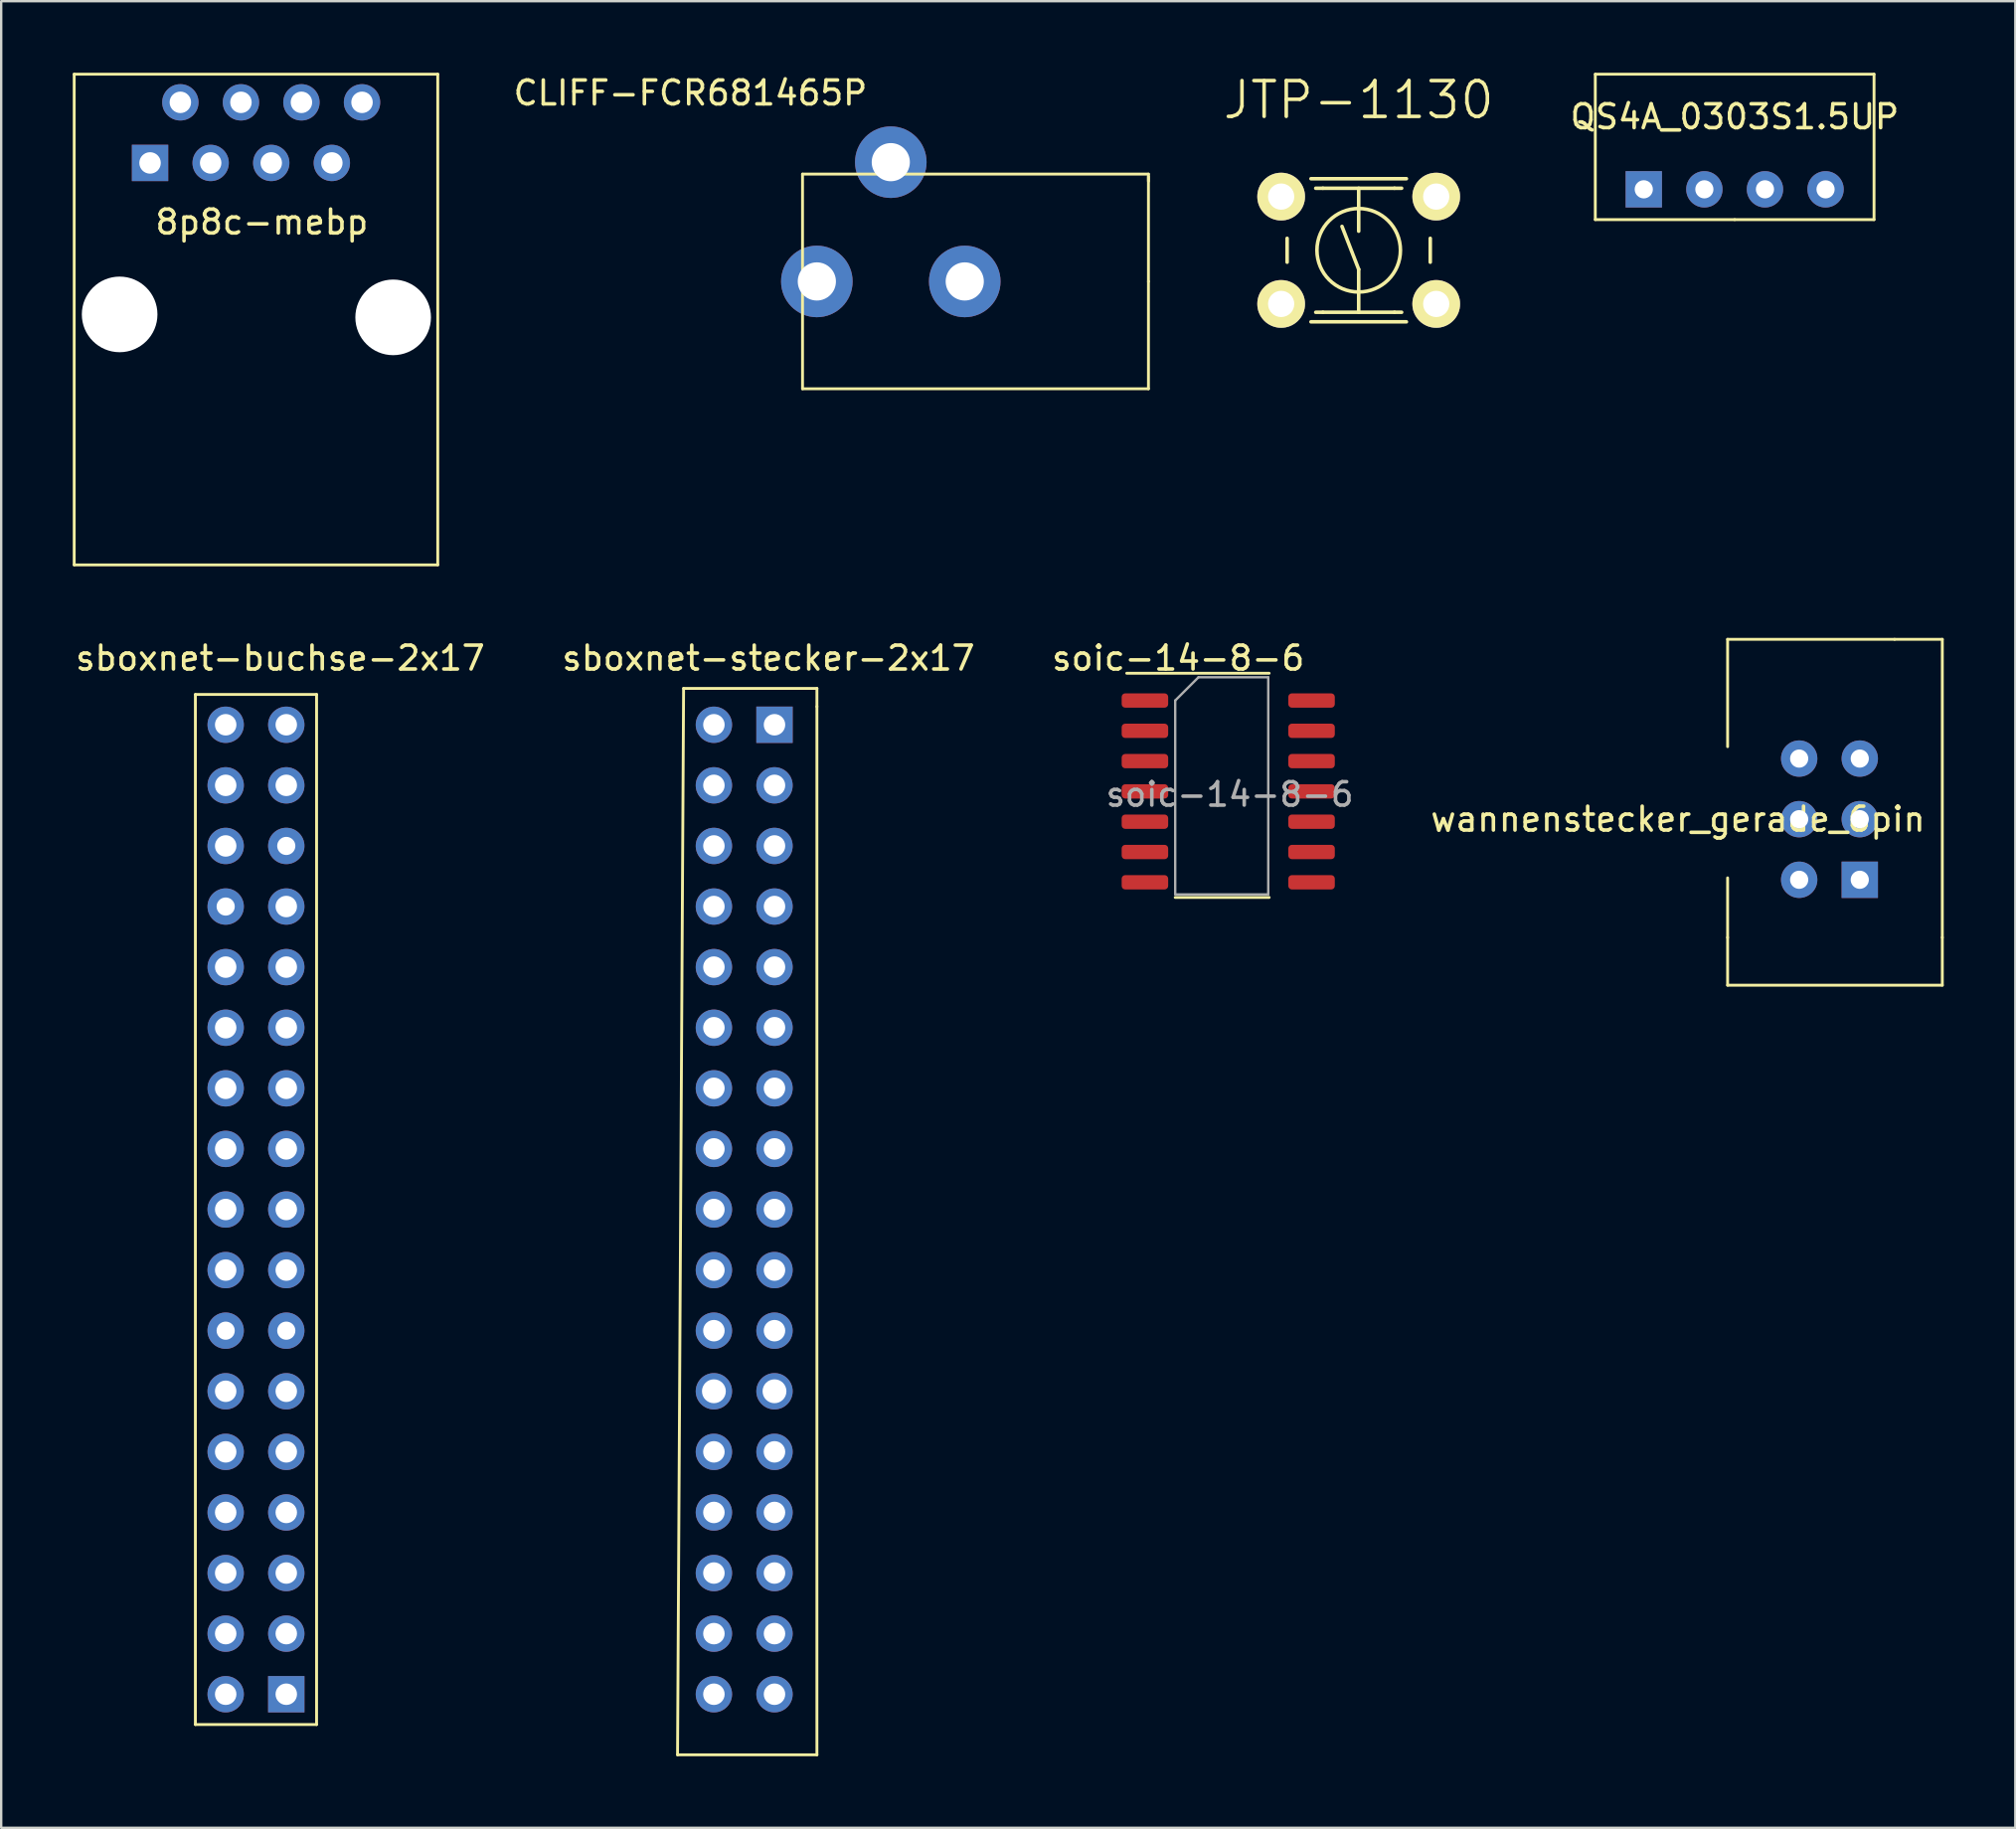
<source format=kicad_pcb>
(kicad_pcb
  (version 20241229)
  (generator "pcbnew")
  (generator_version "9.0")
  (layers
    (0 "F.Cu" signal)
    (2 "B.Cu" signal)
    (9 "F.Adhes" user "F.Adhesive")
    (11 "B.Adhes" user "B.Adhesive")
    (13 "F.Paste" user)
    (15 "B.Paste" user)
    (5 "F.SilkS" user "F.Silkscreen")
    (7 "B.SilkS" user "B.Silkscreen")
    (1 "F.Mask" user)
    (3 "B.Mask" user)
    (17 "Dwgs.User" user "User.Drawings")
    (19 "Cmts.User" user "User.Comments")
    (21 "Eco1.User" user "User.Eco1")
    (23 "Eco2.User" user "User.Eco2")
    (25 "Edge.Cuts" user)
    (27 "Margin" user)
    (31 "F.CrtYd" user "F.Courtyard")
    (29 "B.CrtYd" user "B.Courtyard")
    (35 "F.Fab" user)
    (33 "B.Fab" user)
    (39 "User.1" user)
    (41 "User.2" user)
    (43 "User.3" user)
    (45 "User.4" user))
  (footprint "8p8c-mebp"
    (layer "F.Cu")
    (at 7.68 10.13)
    (property "Reference" "8p8c-mebp" (at 0.246 -3.871 0) (layer "F.SilkS") (effects (font (size 1 1) (thickness 0.15))))
    (attr through_hole)
    (fp_line (start -7.62 -10.07) (end 7.62 -10.07) (stroke (width 0.12) (type solid)) (layer "F.SilkS"))
    (fp_line (start -7.62 10.5) (end -7.62 -10.07) (stroke (width 0.12) (type solid)) (layer "F.SilkS"))
    (fp_line (start -7.62 10.5) (end 7.62 10.5) (stroke (width 0.12) (type solid)) (layer "F.SilkS"))
    (fp_line (start 7.62 -10.07) (end 7.62 10.5) (stroke (width 0.12) (type solid)) (layer "F.SilkS"))
    (pad "" np_thru_hole circle (at -5.715 0) (size 3.17 3.17) (drill 3.17) (layers "*.Cu" "*.Mask"))
    (pad "" np_thru_hole circle (at 5.75 0.124) (size 3.17 3.17) (drill 3.17) (layers "*.Cu" "*.Mask"))
    (pad "1" thru_hole rect (at -4.44 -6.35) (size 1.524 1.524) (drill oval 0.9) (layers "*.Cu" "*.Mask"))
    (pad "2" thru_hole circle (at -3.17 -8.89) (size 1.524 1.524) (drill 0.9) (layers "*.Cu" "*.Mask"))
    (pad "3" thru_hole circle (at -1.9 -6.35) (size 1.524 1.524) (drill 0.9) (layers "*.Cu" "*.Mask"))
    (pad "4" thru_hole circle (at -0.63 -8.89) (size 1.524 1.524) (drill 0.9) (layers "*.Cu" "*.Mask"))
    (pad "5" thru_hole circle (at 0.64 -6.35) (size 1.524 1.524) (drill 0.9) (layers "*.Cu" "*.Mask"))
    (pad "6" thru_hole circle (at 1.905 -8.89) (size 1.524 1.524) (drill 0.9) (layers "*.Cu" "*.Mask"))
    (pad "7" thru_hole circle (at 3.18 -6.35) (size 1.524 1.524) (drill 0.9) (layers "*.Cu" "*.Mask"))
    (pad "8" thru_hole circle (at 4.445 -8.89) (size 1.524 1.524) (drill 0.9) (layers "*.Cu" "*.Mask")))
  (footprint "QS4A_0303S1.5UP"
    (layer "F.Cu")
    (at 69.663 2.346)
    (property "Reference" "QS4A_0303S1.5UP" (at 0 -0.5 0) (unlocked yes) (layer "F.SilkS") (effects (font (size 1 1) (thickness 0.15))))
    (attr through_hole)
    (fp_line (start -5.842 -2.286) (end 5.842 -2.286) (stroke (width 0.12) (type solid)) (layer "F.SilkS"))
    (fp_line (start -5.842 3.81) (end -5.842 -2.286) (stroke (width 0.12) (type solid)) (layer "F.SilkS"))
    (fp_line (start 0 3.81) (end -5.842 3.81) (stroke (width 0.12) (type solid)) (layer "F.SilkS"))
    (fp_line (start 0 3.81) (end 5.842 3.81) (stroke (width 0.12) (type solid)) (layer "F.SilkS"))
    (fp_line (start 5.842 -2.286) (end 5.842 3.81) (stroke (width 0.12) (type solid)) (layer "F.SilkS"))
    (pad "1" thru_hole rect (at -3.81 2.54) (size 1.524 1.524) (drill 0.762) (layers "*.Cu" "*.Mask"))
    (pad "2" thru_hole circle (at -1.27 2.54) (size 1.524 1.524) (drill 0.762) (layers "*.Cu" "*.Mask"))
    (pad "3" thru_hole circle (at 1.27 2.54) (size 1.524 1.524) (drill 0.762) (layers "*.Cu" "*.Mask"))
    (pad "4" thru_hole circle (at 3.81 2.54) (size 1.524 1.524) (drill 0.762) (layers "*.Cu" "*.Mask")))
  (footprint "CLIFF-FCR681465P"
    (layer "F.Cu")
    (at 31.19 8.748)
    (property "Reference" "CLIFF-FCR681465P" (at -5.3 -7.9 0) (layer "F.SilkS") (effects (font (size 1 1) (thickness 0.15))))
    (attr through_hole)
    (fp_line (start -0.6 0) (end -0.6 -4.5) (stroke (width 0.12) (type solid)) (layer "F.SilkS"))
    (fp_line (start -0.6 0) (end -0.6 4.5) (stroke (width 0.12) (type solid)) (layer "F.SilkS"))
    (fp_line (start 13.9 -4.5) (end -0.6 -4.5) (stroke (width 0.12) (type solid)) (layer "F.SilkS"))
    (fp_line (start 13.9 -4.2) (end 13.9 -4.5) (stroke (width 0.12) (type solid)) (layer "F.SilkS"))
    (fp_line (start 13.9 0) (end 13.9 -4.4) (stroke (width 0.12) (type solid)) (layer "F.SilkS"))
    (fp_line (start 13.9 0) (end 13.9 4.5) (stroke (width 0.12) (type solid)) (layer "F.SilkS"))
    (fp_line (start 13.9 4.5) (end -0.6 4.5) (stroke (width 0.12) (type solid)) (layer "F.SilkS"))
    (pad "1" thru_hole circle (at 0 0) (size 3 3) (drill 1.6) (layers "*.Cu" "*.Mask"))
    (pad "2" thru_hole circle (at 3.1 -5) (size 3 3) (drill 1.6) (layers "*.Cu" "*.Mask"))
    (pad "3" thru_hole circle (at 6.2 0) (size 3 3) (drill 1.6) (layers "*.Cu" "*.Mask")))
  (footprint "sboxnet-buchse-2x17"
    (layer "F.Cu")
    (at 6.41 24.792)
    (property "Reference" "sboxnet-buchse-2x17" (at 2.286 -0.254 0) (layer "F.SilkS") (effects (font (size 1 1) (thickness 0.15))))
    (attr through_hole)
    (fp_line (start -1.27 1.27) (end 3.81 1.27) (stroke (width 0.12) (type solid)) (layer "F.SilkS"))
    (fp_line (start -1.27 44.45) (end -1.27 1.27) (stroke (width 0.12) (type solid)) (layer "F.SilkS"))
    (fp_line (start 3.81 1.27) (end 3.81 44.45) (stroke (width 0.12) (type solid)) (layer "F.SilkS"))
    (fp_line (start 3.81 44.45) (end -1.27 44.45) (stroke (width 0.12) (type solid)) (layer "F.SilkS"))
    (pad "1" thru_hole circle (at 0 43.18 180) (size 1.524 1.524) (drill 0.9) (layers "*.Cu" "*.Mask"))
    (pad "2" thru_hole rect (at 2.54 43.18 180) (size 1.524 1.524) (drill 0.9) (layers "*.Cu" "*.Mask"))
    (pad "3" thru_hole circle (at 0 40.64 180) (size 1.524 1.524) (drill 0.9) (layers "*.Cu" "*.Mask"))
    (pad "4" thru_hole circle (at 2.54 40.64 180) (size 1.524 1.524) (drill 0.9) (layers "*.Cu" "*.Mask"))
    (pad "5" thru_hole circle (at 0 38.1 180) (size 1.524 1.524) (drill 0.9) (layers "*.Cu" "*.Mask"))
    (pad "6" thru_hole circle (at 2.54 38.1 180) (size 1.524 1.524) (drill 0.9) (layers "*.Cu" "*.Mask"))
    (pad "7" thru_hole circle (at 0 35.56 180) (size 1.524 1.524) (drill 0.9) (layers "*.Cu" "*.Mask"))
    (pad "8" thru_hole circle (at 2.54 35.56 180) (size 1.524 1.524) (drill 0.9) (layers "*.Cu" "*.Mask"))
    (pad "9" thru_hole circle (at 0 33.02 180) (size 1.524 1.524) (drill 0.9) (layers "*.Cu" "*.Mask"))
    (pad "10" thru_hole circle (at 2.54 33.02 180) (size 1.524 1.524) (drill 0.9) (layers "*.Cu" "*.Mask"))
    (pad "11" thru_hole circle (at 0 30.48 180) (size 1.524 1.524) (drill 0.9) (layers "*.Cu" "*.Mask"))
    (pad "12" thru_hole circle (at 2.54 30.48 180) (size 1.524 1.524) (drill 0.9) (layers "*.Cu" "*.Mask"))
    (pad "13" thru_hole circle (at 0 27.94 180) (size 1.524 1.524) (drill 0.762) (layers "*.Cu" "*.Mask"))
    (pad "14" thru_hole circle (at 2.54 27.94 180) (size 1.524 1.524) (drill 0.762) (layers "*.Cu" "*.Mask"))
    (pad "15" thru_hole circle (at 0 25.4 180) (size 1.524 1.524) (drill 0.9) (layers "*.Cu" "*.Mask"))
    (pad "16" thru_hole circle (at 2.54 25.4 180) (size 1.524 1.524) (drill 0.9) (layers "*.Cu" "*.Mask"))
    (pad "17" thru_hole circle (at 0 22.86 180) (size 1.524 1.524) (drill 0.9) (layers "*.Cu" "*.Mask"))
    (pad "18" thru_hole circle (at 2.54 22.86 180) (size 1.524 1.524) (drill 0.9) (layers "*.Cu" "*.Mask"))
    (pad "19" thru_hole circle (at 0 20.32 180) (size 1.524 1.524) (drill 0.9) (layers "*.Cu" "*.Mask"))
    (pad "20" thru_hole circle (at 2.54 20.32 180) (size 1.524 1.524) (drill 0.9) (layers "*.Cu" "*.Mask"))
    (pad "21" thru_hole circle (at 0 17.78 180) (size 1.524 1.524) (drill 0.9) (layers "*.Cu" "*.Mask"))
    (pad "22" thru_hole circle (at 2.54 17.78 180) (size 1.524 1.524) (drill 0.9) (layers "*.Cu" "*.Mask"))
    (pad "23" thru_hole circle (at 0 15.24 180) (size 1.524 1.524) (drill 0.9) (layers "*.Cu" "*.Mask"))
    (pad "24" thru_hole circle (at 2.54 15.24 180) (size 1.524 1.524) (drill 0.9) (layers "*.Cu" "*.Mask"))
    (pad "25" thru_hole circle (at 0 12.7 180) (size 1.524 1.524) (drill 0.9) (layers "*.Cu" "*.Mask"))
    (pad "26" thru_hole circle (at 2.54 12.7 180) (size 1.524 1.524) (drill 0.9) (layers "*.Cu" "*.Mask"))
    (pad "27" thru_hole circle (at 0 10.16 180) (size 1.524 1.524) (drill 0.762) (layers "*.Cu" "*.Mask"))
    (pad "28" thru_hole circle (at 2.54 10.16 180) (size 1.524 1.524) (drill 0.9) (layers "*.Cu" "*.Mask"))
    (pad "29" thru_hole circle (at 0 7.62 180) (size 1.524 1.524) (drill 0.9) (layers "*.Cu" "*.Mask"))
    (pad "30" thru_hole circle (at 2.54 7.62 180) (size 1.524 1.524) (drill 0.762) (layers "*.Cu" "*.Mask"))
    (pad "31" thru_hole circle (at 0 5.08 180) (size 1.524 1.524) (drill 0.9) (layers "*.Cu" "*.Mask"))
    (pad "32" thru_hole circle (at 2.54 5.08 180) (size 1.524 1.524) (drill 0.9) (layers "*.Cu" "*.Mask"))
    (pad "33" thru_hole circle (at 0 2.54 180) (size 1.524 1.524) (drill 0.9) (layers "*.Cu" "*.Mask"))
    (pad "34" thru_hole circle (at 2.54 2.54 180) (size 1.524 1.524) (drill 0.9) (layers "*.Cu" "*.Mask")))
  (footprint "JTP-1130"
    (layer "F.Cu")
    (at 53.903 7.441)
    (property "Reference" "JTP-1130" (at 0 -6.3 0) (layer "F.SilkS") (effects (font (size 1.5 1.5) (thickness 0.15))))
    (attr through_hole)
    (fp_line (start -3 -0.5) (end -3 0.5) (stroke (width 0.15) (type solid)) (layer "F.SilkS"))
    (fp_line (start -2 -3) (end 2 -3) (stroke (width 0.15) (type solid)) (layer "F.SilkS"))
    (fp_line (start -2 3) (end 2 3) (stroke (width 0.15) (type solid)) (layer "F.SilkS"))
    (fp_line (start -1.5 -2.6) (end -1.8 -2.6) (stroke (width 0.15) (type solid)) (layer "F.SilkS"))
    (fp_line (start -1.5 -2.6) (end 1.5 -2.6) (stroke (width 0.15) (type solid)) (layer "F.SilkS"))
    (fp_line (start -1.5 2.6) (end -1.8 2.6) (stroke (width 0.15) (type solid)) (layer "F.SilkS"))
    (fp_line (start 0 -2.6) (end 0 -0.8) (stroke (width 0.15) (type solid)) (layer "F.SilkS"))
    (fp_line (start 0 0.8) (end -0.7 -1) (stroke (width 0.15) (type solid)) (layer "F.SilkS"))
    (fp_line (start 0 2.6) (end 0 0.8) (stroke (width 0.15) (type solid)) (layer "F.SilkS"))
    (fp_line (start 1.5 -2.6) (end 1.8 -2.6) (stroke (width 0.15) (type solid)) (layer "F.SilkS"))
    (fp_line (start 1.5 2.6) (end -1.5 2.6) (stroke (width 0.15) (type solid)) (layer "F.SilkS"))
    (fp_line (start 1.5 2.6) (end 1.8 2.6) (stroke (width 0.15) (type solid)) (layer "F.SilkS"))
    (fp_line (start 3 -0.5) (end 3 0.5) (stroke (width 0.15) (type solid)) (layer "F.SilkS"))
    (fp_circle (center 0 0) (end 1.75 0) (stroke (width 0.15) (type solid)) (fill no) (layer "F.SilkS"))
    (pad "1" thru_hole circle (at -3.25 2.25) (size 2 2) (drill 1.1) (layers "*.Cu" "*.Mask" "F.SilkS"))
    (pad "1" thru_hole circle (at 3.25 2.25) (size 2 2) (drill 1.1) (layers "*.Cu" "*.Mask" "F.SilkS"))
    (pad "2" thru_hole circle (at -3.25 -2.25) (size 2 2) (drill 1.1) (layers "*.Cu" "*.Mask" "F.SilkS"))
    (pad "2" thru_hole circle (at 3.25 -2.25) (size 2 2) (drill 1.1) (layers "*.Cu" "*.Mask" "F.SilkS")))
  (footprint "wannenstecker_gerade_6pin"
    (layer "F.Cu")
    (at 72.367 28.75)
    (property "Reference" "wannenstecker_gerade_6pin" (at -5.08 2.54 0) (layer "F.SilkS") (effects (font (size 1 1) (thickness 0.15))))
    (attr through_hole)
    (fp_line (start -3 -5) (end 4 -5) (stroke (width 0.12) (type solid)) (layer "F.SilkS"))
    (fp_line (start -3 -0.5) (end -3 -5) (stroke (width 0.12) (type solid)) (layer "F.SilkS"))
    (fp_line (start -3 7.5) (end -3 5) (stroke (width 0.12) (type solid)) (layer "F.SilkS"))
    (fp_line (start -3 7.5) (end -3 9.5) (stroke (width 0.12) (type solid)) (layer "F.SilkS"))
    (fp_line (start -3 9.5) (end 6 9.5) (stroke (width 0.12) (type solid)) (layer "F.SilkS"))
    (fp_line (start 4 -5) (end 6 -5) (stroke (width 0.12) (type solid)) (layer "F.SilkS"))
    (fp_line (start 6 -5) (end 6 7.5) (stroke (width 0.12) (type solid)) (layer "F.SilkS"))
    (fp_line (start 6 9.5) (end 6 7.5) (stroke (width 0.12) (type solid)) (layer "F.SilkS"))
    (pad "1" thru_hole circle (at 0 0) (size 1.524 1.524) (drill 0.762) (layers "*.Cu" "*.Mask"))
    (pad "2" thru_hole circle (at 2.54 0) (size 1.524 1.524) (drill 0.762) (layers "*.Cu" "*.Mask"))
    (pad "3" thru_hole circle (at 0 2.54) (size 1.524 1.524) (drill 0.762) (layers "*.Cu" "*.Mask"))
    (pad "4" thru_hole circle (at 2.54 2.54) (size 1.524 1.524) (drill 0.762) (layers "*.Cu" "*.Mask"))
    (pad "5" thru_hole circle (at 0 5.08) (size 1.524 1.524) (drill 0.762) (layers "*.Cu" "*.Mask"))
    (pad "6" thru_hole rect (at 2.54 5.08) (size 1.524 1.524) (drill 0.762) (layers "*.Cu" "*.Mask")))
  (footprint "sboxnet-stecker-2x17"
    (layer "F.Cu")
    (at 26.875 24.792)
    (property "Reference" "sboxnet-stecker-2x17" (at 2.286 -0.254 0) (layer "F.SilkS") (effects (font (size 1 1) (thickness 0.15))))
    (attr through_hole)
    (fp_line (start -1.524 45.72) (end 4.318 45.72) (stroke (width 0.12) (type solid)) (layer "F.SilkS"))
    (fp_line (start -1.27 1.016) (end -1.524 45.72) (stroke (width 0.12) (type solid)) (layer "F.SilkS"))
    (fp_line (start 4.318 1.016) (end -1.27 1.016) (stroke (width 0.12) (type solid)) (layer "F.SilkS"))
    (fp_line (start 4.318 1.778) (end 4.318 1.016) (stroke (width 0.12) (type solid)) (layer "F.SilkS"))
    (fp_line (start 4.318 45.72) (end 4.318 1.778) (stroke (width 0.12) (type solid)) (layer "F.SilkS"))
    (pad "1" thru_hole circle (at 0 2.54) (size 1.524 1.524) (drill 0.9) (layers "*.Cu" "*.Mask"))
    (pad "2" thru_hole rect (at 2.54 2.54) (size 1.524 1.524) (drill 0.9) (layers "*.Cu" "*.Mask"))
    (pad "3" thru_hole circle (at 0 5.08) (size 1.524 1.524) (drill 0.9) (layers "*.Cu" "*.Mask"))
    (pad "4" thru_hole circle (at 2.54 5.08) (size 1.524 1.524) (drill 0.9) (layers "*.Cu" "*.Mask"))
    (pad "5" thru_hole circle (at 0 7.62) (size 1.524 1.524) (drill 0.9) (layers "*.Cu" "*.Mask"))
    (pad "6" thru_hole circle (at 2.54 7.62) (size 1.524 1.524) (drill 0.9) (layers "*.Cu" "*.Mask"))
    (pad "7" thru_hole circle (at 0 10.16) (size 1.524 1.524) (drill 0.9) (layers "*.Cu" "*.Mask"))
    (pad "8" thru_hole circle (at 2.54 10.16) (size 1.524 1.524) (drill 0.9) (layers "*.Cu" "*.Mask"))
    (pad "9" thru_hole circle (at 0 12.7) (size 1.524 1.524) (drill 0.9) (layers "*.Cu" "*.Mask"))
    (pad "10" thru_hole circle (at 2.54 12.7) (size 1.524 1.524) (drill 0.9) (layers "*.Cu" "*.Mask"))
    (pad "11" thru_hole circle (at 0 15.24) (size 1.524 1.524) (drill 0.9) (layers "*.Cu" "*.Mask"))
    (pad "12" thru_hole circle (at 2.54 15.24) (size 1.524 1.524) (drill 0.9) (layers "*.Cu" "*.Mask"))
    (pad "13" thru_hole circle (at 0 17.78) (size 1.524 1.524) (drill 0.9) (layers "*.Cu" "*.Mask"))
    (pad "14" thru_hole circle (at 2.54 17.78) (size 1.524 1.524) (drill 0.9) (layers "*.Cu" "*.Mask"))
    (pad "15" thru_hole circle (at 0 20.32) (size 1.524 1.524) (drill 0.9) (layers "*.Cu" "*.Mask"))
    (pad "16" thru_hole circle (at 2.54 20.32) (size 1.524 1.524) (drill 0.9) (layers "*.Cu" "*.Mask"))
    (pad "17" thru_hole circle (at 0 22.86) (size 1.524 1.524) (drill 0.9) (layers "*.Cu" "*.Mask"))
    (pad "18" thru_hole circle (at 2.54 22.86) (size 1.524 1.524) (drill 0.9) (layers "*.Cu" "*.Mask"))
    (pad "19" thru_hole circle (at 0 25.4) (size 1.524 1.524) (drill 0.9) (layers "*.Cu" "*.Mask"))
    (pad "20" thru_hole circle (at 2.54 25.4) (size 1.524 1.524) (drill 0.9) (layers "*.Cu" "*.Mask"))
    (pad "21" thru_hole circle (at 0 27.94) (size 1.524 1.524) (drill 0.9) (layers "*.Cu" "*.Mask"))
    (pad "22" thru_hole circle (at 2.54 27.94) (size 1.524 1.524) (drill 0.9) (layers "*.Cu" "*.Mask"))
    (pad "23" thru_hole circle (at 0 30.48) (size 1.524 1.524) (drill 1) (layers "*.Cu" "*.Mask"))
    (pad "24" thru_hole circle (at 2.54 30.48) (size 1.524 1.524) (drill 1) (layers "*.Cu" "*.Mask"))
    (pad "25" thru_hole circle (at 0 33.02) (size 1.524 1.524) (drill 0.9) (layers "*.Cu" "*.Mask"))
    (pad "26" thru_hole circle (at 2.54 33.02) (size 1.524 1.524) (drill 0.9) (layers "*.Cu" "*.Mask"))
    (pad "27" thru_hole circle (at 0 35.56) (size 1.524 1.524) (drill 0.9) (layers "*.Cu" "*.Mask"))
    (pad "28" thru_hole circle (at 2.54 35.56) (size 1.524 1.524) (drill 0.9) (layers "*.Cu" "*.Mask"))
    (pad "29" thru_hole circle (at 0 38.1) (size 1.524 1.524) (drill 0.9) (layers "*.Cu" "*.Mask"))
    (pad "30" thru_hole circle (at 2.54 38.1) (size 1.524 1.524) (drill 0.9) (layers "*.Cu" "*.Mask"))
    (pad "31" thru_hole circle (at 0 40.64) (size 1.524 1.524) (drill 0.9) (layers "*.Cu" "*.Mask"))
    (pad "32" thru_hole circle (at 2.54 40.64) (size 1.524 1.524) (drill 0.9) (layers "*.Cu" "*.Mask"))
    (pad "33" thru_hole circle (at 0 43.18) (size 1.524 1.524) (drill 0.9) (layers "*.Cu" "*.Mask"))
    (pad "34" thru_hole circle (at 2.54 43.18) (size 1.524 1.524) (drill 0.9) (layers "*.Cu" "*.Mask")))
  (footprint "soic-14-8-6"
    (layer "F.Cu")
    (at 44.942 25.046)
    (property "Reference" "soic-14-8-6" (at 1.397 -0.508 0) (layer "F.SilkS") (effects (font (size 1 1) (thickness 0.15))))
    (attr through_hole)
    (fp_line (start 5.207 0.127) (end -0.762 0.127) (stroke (width 0.12) (type solid)) (layer "F.SilkS"))
    (fp_line (start 5.207 9.525) (end 1.27 9.525) (stroke (width 0.12) (type solid)) (layer "F.SilkS"))
    (fp_line (start 1.27 1.27) (end 2.245 0.295) (stroke (width 0.1) (type solid)) (layer "F.Fab"))
    (fp_line (start 1.27 9.398) (end 1.27 1.27) (stroke (width 0.1) (type solid)) (layer "F.Fab"))
    (fp_line (start 2.245 0.295) (end 5.17 0.295) (stroke (width 0.1) (type solid)) (layer "F.Fab"))
    (fp_line (start 5.17 0.295) (end 5.17 9.398) (stroke (width 0.1) (type solid)) (layer "F.Fab"))
    (fp_line (start 5.17 9.398) (end 1.27 9.398) (stroke (width 0.1) (type solid)) (layer "F.Fab"))
    (fp_text user "${REFERENCE}" (at 3.556 5.207 0) (layer "F.Fab") (effects (font (size 0.98 0.98) (thickness 0.15))))
    (pad "1" smd roundrect (at 0 1.27) (size 1.95 0.6) (layers "F.Cu" "F.Mask" "F.Paste") (roundrect_rratio 0.25))
    (pad "2" smd roundrect (at 0 2.54) (size 1.95 0.6) (layers "F.Cu" "F.Mask" "F.Paste") (roundrect_rratio 0.25))
    (pad "3" smd roundrect (at 0 3.81) (size 1.95 0.6) (layers "F.Cu" "F.Mask" "F.Paste") (roundrect_rratio 0.25))
    (pad "4" smd roundrect (at 0 5.08) (size 1.95 0.6) (layers "F.Cu" "F.Mask" "F.Paste") (roundrect_rratio 0.25))
    (pad "5" smd roundrect (at 0 6.35) (size 1.95 0.6) (layers "F.Cu" "F.Mask" "F.Paste") (roundrect_rratio 0.25))
    (pad "6" smd roundrect (at 0 7.62) (size 1.95 0.6) (layers "F.Cu" "F.Mask" "F.Paste") (roundrect_rratio 0.25))
    (pad "7" smd roundrect (at 0 8.89) (size 1.95 0.6) (layers "F.Cu" "F.Mask" "F.Paste") (roundrect_rratio 0.25))
    (pad "8" smd roundrect (at 6.985 8.89) (size 1.95 0.6) (layers "F.Cu" "F.Mask" "F.Paste") (roundrect_rratio 0.25))
    (pad "9" smd roundrect (at 6.985 7.62) (size 1.95 0.6) (layers "F.Cu" "F.Mask" "F.Paste") (roundrect_rratio 0.25))
    (pad "10" smd roundrect (at 6.985 6.35) (size 1.95 0.6) (layers "F.Cu" "F.Mask" "F.Paste") (roundrect_rratio 0.25))
    (pad "11" smd roundrect (at 6.985 5.08) (size 1.95 0.6) (layers "F.Cu" "F.Mask" "F.Paste") (roundrect_rratio 0.25))
    (pad "12" smd roundrect (at 6.985 3.81) (size 1.95 0.6) (layers "F.Cu" "F.Mask" "F.Paste") (roundrect_rratio 0.25))
    (pad "13" smd roundrect (at 6.985 2.54) (size 1.95 0.6) (layers "F.Cu" "F.Mask" "F.Paste") (roundrect_rratio 0.25))
    (pad "14" smd roundrect (at 6.985 1.27) (size 1.95 0.6) (layers "F.Cu" "F.Mask" "F.Paste") (roundrect_rratio 0.25)))
  (gr_rect
    (start -3 -3)
    (end 81.427 73.572)
    (stroke (width 0.1) (type default))
    (fill no)
    (layer "Edge.Cuts")))
</source>
